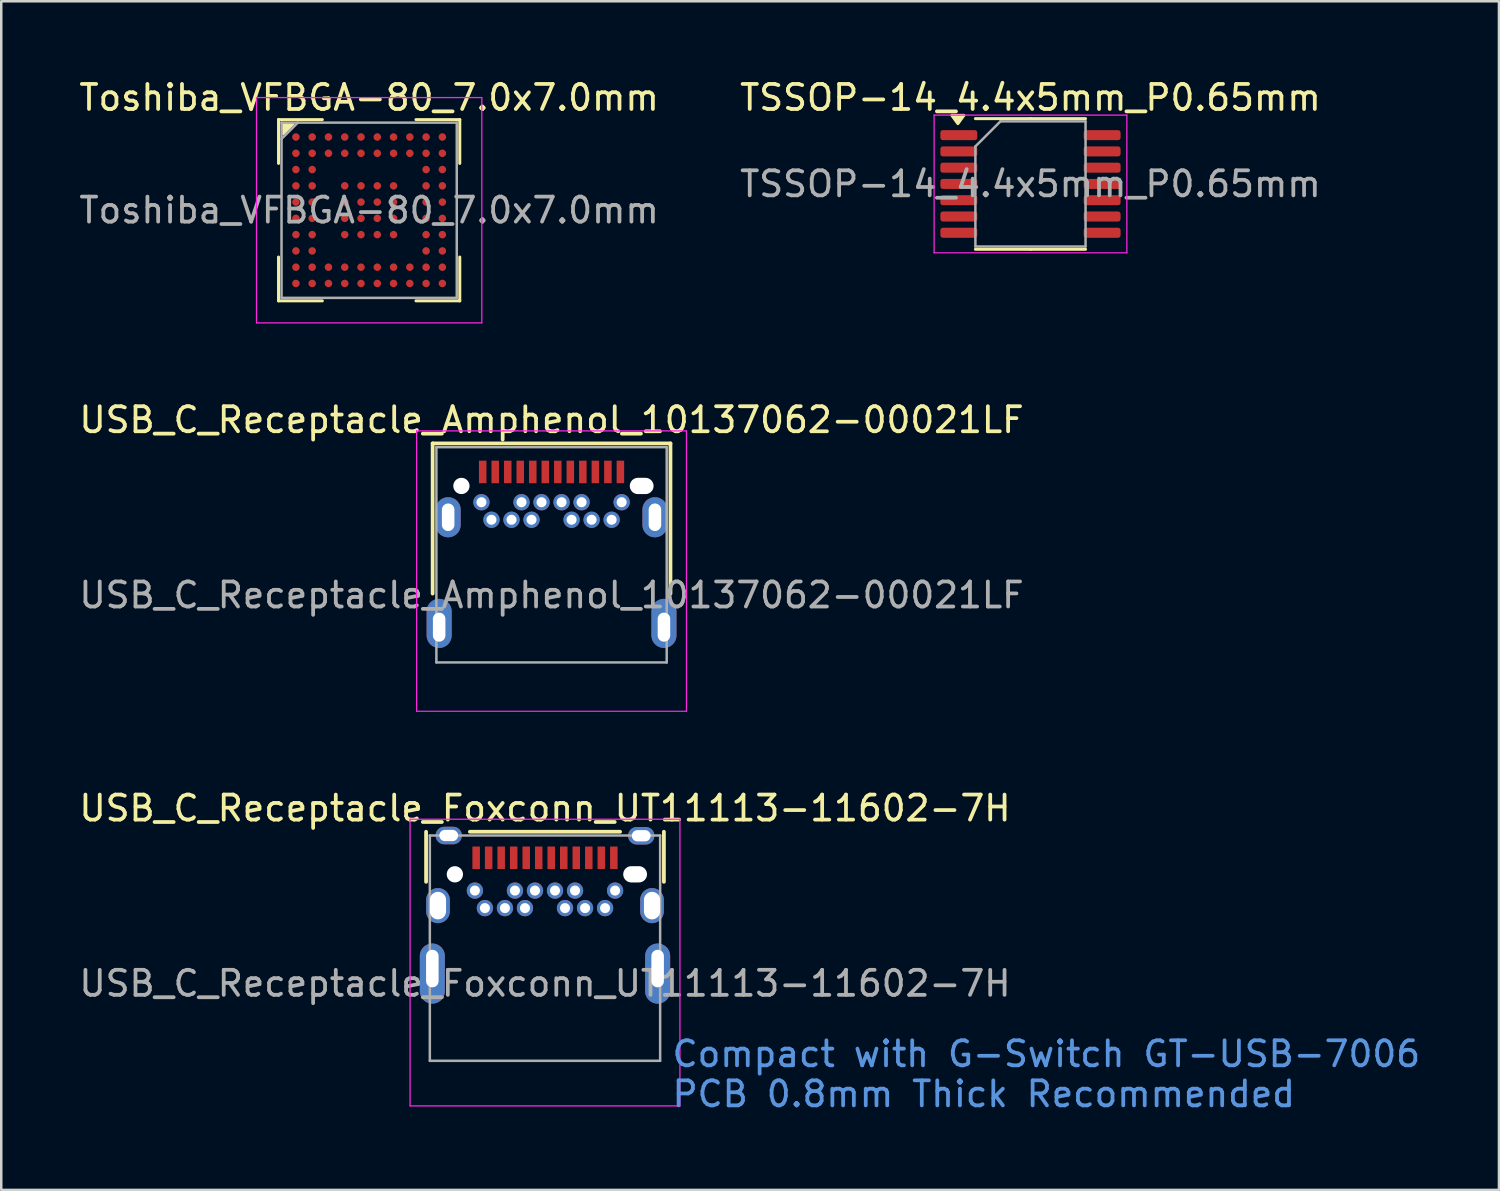
<source format=kicad_pcb>
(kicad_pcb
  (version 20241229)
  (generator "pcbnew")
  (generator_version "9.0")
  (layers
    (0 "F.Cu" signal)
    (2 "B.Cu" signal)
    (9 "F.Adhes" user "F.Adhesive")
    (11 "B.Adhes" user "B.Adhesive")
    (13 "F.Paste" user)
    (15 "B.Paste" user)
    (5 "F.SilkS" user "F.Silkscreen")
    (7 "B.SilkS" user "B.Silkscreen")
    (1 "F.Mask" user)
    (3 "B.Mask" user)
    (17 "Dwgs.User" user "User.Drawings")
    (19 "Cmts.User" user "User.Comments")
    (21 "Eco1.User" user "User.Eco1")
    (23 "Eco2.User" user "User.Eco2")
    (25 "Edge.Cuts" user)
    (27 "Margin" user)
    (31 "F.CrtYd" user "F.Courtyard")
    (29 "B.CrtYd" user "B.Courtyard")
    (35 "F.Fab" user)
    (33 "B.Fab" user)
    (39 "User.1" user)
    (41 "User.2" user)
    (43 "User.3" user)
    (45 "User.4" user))
  (footprint "TSSOP-14_4.4x5mm_P0.65mm"
    (layer "F.Cu")
    (at 38.113 4.298)
    (property "Reference" "TSSOP-14_4.4x5mm_P0.65mm" (at 0 -3.45 0) (layer "F.SilkS") (effects (font (size 1 1) (thickness 0.15))))
    (attr smd)
    (fp_line (start 0 -2.61) (end -2.2 -2.61) (stroke (width 0.12) (type solid)) (layer "F.SilkS"))
    (fp_line (start 0 -2.61) (end 2.2 -2.61) (stroke (width 0.12) (type solid)) (layer "F.SilkS"))
    (fp_line (start 0 2.61) (end -2.2 2.61) (stroke (width 0.12) (type solid)) (layer "F.SilkS"))
    (fp_line (start 0 2.61) (end 2.2 2.61) (stroke (width 0.12) (type solid)) (layer "F.SilkS"))
    (fp_poly (pts (xy -2.9 -2.41) (xy -3.14 -2.74) (xy -2.66 -2.74) (xy -2.9 -2.41)) (stroke (width 0.12) (type solid)) (fill yes) (layer "F.SilkS"))
    (fp_line (start -3.85 -2.75) (end -3.85 2.75) (stroke (width 0.05) (type solid)) (layer "F.CrtYd"))
    (fp_line (start -3.85 2.75) (end 3.85 2.75) (stroke (width 0.05) (type solid)) (layer "F.CrtYd"))
    (fp_line (start 3.85 -2.75) (end -3.85 -2.75) (stroke (width 0.05) (type solid)) (layer "F.CrtYd"))
    (fp_line (start 3.85 2.75) (end 3.85 -2.75) (stroke (width 0.05) (type solid)) (layer "F.CrtYd"))
    (fp_line (start -2.2 -1.5) (end -1.2 -2.5) (stroke (width 0.1) (type solid)) (layer "F.Fab"))
    (fp_line (start -2.2 2.5) (end -2.2 -1.5) (stroke (width 0.1) (type solid)) (layer "F.Fab"))
    (fp_line (start -1.2 -2.5) (end 2.2 -2.5) (stroke (width 0.1) (type solid)) (layer "F.Fab"))
    (fp_line (start 2.2 -2.5) (end 2.2 2.5) (stroke (width 0.1) (type solid)) (layer "F.Fab"))
    (fp_line (start 2.2 2.5) (end -2.2 2.5) (stroke (width 0.1) (type solid)) (layer "F.Fab"))
    (fp_text user "${REFERENCE}" (at 0 0 0) (layer "F.Fab") (effects (font (size 1 1) (thickness 0.15))))
    (pad "1" smd roundrect (at -2.862 -1.95) (size 1.475 0.4) (layers "F.Cu" "F.Mask" "F.Paste") (roundrect_rratio 0.25))
    (pad "2" smd roundrect (at -2.862 -1.3) (size 1.475 0.4) (layers "F.Cu" "F.Mask" "F.Paste") (roundrect_rratio 0.25))
    (pad "3" smd roundrect (at -2.862 -0.65) (size 1.475 0.4) (layers "F.Cu" "F.Mask" "F.Paste") (roundrect_rratio 0.25))
    (pad "4" smd roundrect (at -2.862 0) (size 1.475 0.4) (layers "F.Cu" "F.Mask" "F.Paste") (roundrect_rratio 0.25))
    (pad "5" smd roundrect (at -2.862 0.65) (size 1.475 0.4) (layers "F.Cu" "F.Mask" "F.Paste") (roundrect_rratio 0.25))
    (pad "6" smd roundrect (at -2.862 1.3) (size 1.475 0.4) (layers "F.Cu" "F.Mask" "F.Paste") (roundrect_rratio 0.25))
    (pad "7" smd roundrect (at -2.862 1.95) (size 1.475 0.4) (layers "F.Cu" "F.Mask" "F.Paste") (roundrect_rratio 0.25))
    (pad "8" smd roundrect (at 2.862 1.95) (size 1.475 0.4) (layers "F.Cu" "F.Mask" "F.Paste") (roundrect_rratio 0.25))
    (pad "9" smd roundrect (at 2.862 1.3) (size 1.475 0.4) (layers "F.Cu" "F.Mask" "F.Paste") (roundrect_rratio 0.25))
    (pad "10" smd roundrect (at 2.862 0.65) (size 1.475 0.4) (layers "F.Cu" "F.Mask" "F.Paste") (roundrect_rratio 0.25))
    (pad "11" smd roundrect (at 2.862 0) (size 1.475 0.4) (layers "F.Cu" "F.Mask" "F.Paste") (roundrect_rratio 0.25))
    (pad "12" smd roundrect (at 2.862 -0.65) (size 1.475 0.4) (layers "F.Cu" "F.Mask" "F.Paste") (roundrect_rratio 0.25))
    (pad "13" smd roundrect (at 2.862 -1.3) (size 1.475 0.4) (layers "F.Cu" "F.Mask" "F.Paste") (roundrect_rratio 0.25))
    (pad "14" smd roundrect (at 2.862 -1.95) (size 1.475 0.4) (layers "F.Cu" "F.Mask" "F.Paste") (roundrect_rratio 0.25)))
  (footprint "USB_C_Receptacle_Amphenol_10137062-00021LF"
    (layer "F.Cu")
    (at 18.982 20.722)
    (property "Reference" "USB_C_Receptacle_Amphenol_10137062-00021LF" (at 0 -7 0) (layer "F.SilkS") (effects (font (size 1 1) (thickness 0.15))))
    (attr smd)
    (fp_line (start -4.75 -6.06) (end -4.75 -0.06) (stroke (width 0.15) (type default)) (layer "F.SilkS"))
    (fp_line (start -4.75 -6.06) (end 4.75 -6.06) (stroke (width 0.15) (type default)) (layer "F.SilkS"))
    (fp_line (start 4.75 -6.06) (end 4.75 -0.06) (stroke (width 0.15) (type default)) (layer "F.SilkS"))
    (fp_line (start -5.39 -6.56) (end 5.39 -6.56) (stroke (width 0.05) (type solid)) (layer "F.CrtYd"))
    (fp_line (start -5.39 4.64) (end -5.39 -6.56) (stroke (width 0.05) (type solid)) (layer "F.CrtYd"))
    (fp_line (start 5.39 -6.56) (end 5.39 4.64) (stroke (width 0.05) (type solid)) (layer "F.CrtYd"))
    (fp_line (start 5.39 4.64) (end -5.39 4.64) (stroke (width 0.05) (type solid)) (layer "F.CrtYd"))
    (fp_line (start -4.6 -5.91) (end -4.6 2.69) (stroke (width 0.1) (type solid)) (layer "F.Fab"))
    (fp_line (start -4.6 -5.91) (end 4.6 -5.91) (stroke (width 0.1) (type solid)) (layer "F.Fab"))
    (fp_line (start -4.6 2.69) (end 4.6 2.69) (stroke (width 0.1) (type solid)) (layer "F.Fab"))
    (fp_line (start 4.6 2.69) (end 4.6 -5.91) (stroke (width 0.1) (type solid)) (layer "F.Fab"))
    (fp_text user "${REFERENCE}" (at 0 0 0) (layer "F.Fab") (effects (font (size 1 1) (thickness 0.15))))
    (pad "" np_thru_hole circle (at -3.6 -4.36) (size 0.65 0.65) (drill 0.65) (layers "*.Cu" "*.Mask"))
    (pad "" np_thru_hole oval (at 3.6 -4.36) (size 0.95 0.65) (drill oval 0.95 0.65) (layers "*.Cu" "*.Mask"))
    (pad "A1" smd rect (at -2.75 -4.92) (size 0.3 0.9) (layers "F.Cu" "F.Mask" "F.Paste"))
    (pad "A2" smd rect (at -2.25 -4.92) (size 0.3 0.9) (layers "F.Cu" "F.Mask" "F.Paste"))
    (pad "A3" smd rect (at -1.75 -4.92) (size 0.3 0.9) (layers "F.Cu" "F.Mask" "F.Paste"))
    (pad "A4" smd rect (at -1.25 -4.92) (size 0.3 0.9) (layers "F.Cu" "F.Mask" "F.Paste"))
    (pad "A5" smd rect (at -0.75 -4.92) (size 0.3 0.9) (layers "F.Cu" "F.Mask" "F.Paste"))
    (pad "A6" smd rect (at -0.25 -4.92) (size 0.3 0.9) (layers "F.Cu" "F.Mask" "F.Paste"))
    (pad "A7" smd rect (at 0.25 -4.92) (size 0.3 0.9) (layers "F.Cu" "F.Mask" "F.Paste"))
    (pad "A8" smd rect (at 0.75 -4.92) (size 0.3 0.9) (layers "F.Cu" "F.Mask" "F.Paste"))
    (pad "A9" smd rect (at 1.25 -4.92) (size 0.3 0.9) (layers "F.Cu" "F.Mask" "F.Paste"))
    (pad "A10" smd rect (at 1.75 -4.92) (size 0.3 0.9) (layers "F.Cu" "F.Mask" "F.Paste"))
    (pad "A11" smd rect (at 2.25 -4.92) (size 0.3 0.9) (layers "F.Cu" "F.Mask" "F.Paste"))
    (pad "A12" smd rect (at 2.75 -4.92) (size 0.3 0.9) (layers "F.Cu" "F.Mask" "F.Paste"))
    (pad "B1" thru_hole circle (at 2.8 -3.71) (size 0.65 0.65) (drill 0.4) (property pad_prop_heatsink) (layers "*.Cu" "*.Mask"))
    (pad "B2" thru_hole circle (at 2.4 -3.01) (size 0.65 0.65) (drill 0.4) (property pad_prop_heatsink) (layers "*.Cu" "*.Mask"))
    (pad "B3" thru_hole circle (at 1.6 -3.01) (size 0.65 0.65) (drill 0.4) (property pad_prop_heatsink) (layers "*.Cu" "*.Mask"))
    (pad "B4" thru_hole circle (at 1.2 -3.71) (size 0.65 0.65) (drill 0.4) (property pad_prop_heatsink) (layers "*.Cu" "*.Mask"))
    (pad "B5" thru_hole circle (at 0.8 -3.01) (size 0.65 0.65) (drill 0.4) (property pad_prop_heatsink) (layers "*.Cu" "*.Mask"))
    (pad "B6" thru_hole circle (at 0.4 -3.71) (size 0.65 0.65) (drill 0.4) (property pad_prop_heatsink) (layers "*.Cu" "*.Mask"))
    (pad "B7" thru_hole circle (at -0.4 -3.71) (size 0.65 0.65) (drill 0.4) (property pad_prop_heatsink) (layers "*.Cu" "*.Mask"))
    (pad "B8" thru_hole circle (at -0.8 -3.01) (size 0.65 0.65) (drill 0.4) (property pad_prop_heatsink) (layers "*.Cu" "*.Mask"))
    (pad "B9" thru_hole circle (at -1.2 -3.71) (size 0.65 0.65) (drill 0.4) (property pad_prop_heatsink) (layers "*.Cu" "*.Mask"))
    (pad "B10" thru_hole circle (at -1.6 -3.01) (size 0.65 0.65) (drill 0.4) (property pad_prop_heatsink) (layers "*.Cu" "*.Mask"))
    (pad "B11" thru_hole circle (at -2.4 -3.01) (size 0.65 0.65) (drill 0.4) (property pad_prop_heatsink) (layers "*.Cu" "*.Mask"))
    (pad "B12" thru_hole circle (at -2.8 -3.71) (size 0.65 0.65) (drill 0.4) (property pad_prop_heatsink) (layers "*.Cu" "*.Mask"))
    (pad "S1" thru_hole oval (at -4.49 1.28) (size 1 1.96) (drill oval 0.5 1.16 (offset 0 -0.15)) (property pad_prop_heatsink) (layers "*.Cu" "*.Mask"))
    (pad "S1" thru_hole oval (at -4.13 -3.11) (size 1 1.6) (drill oval 0.5 1.1) (property pad_prop_heatsink) (layers "*.Cu" "*.Mask"))
    (pad "S1" thru_hole oval (at 4.13 -3.11) (size 1 1.6) (drill oval 0.5 1.1) (property pad_prop_heatsink) (layers "*.Cu" "*.Mask"))
    (pad "S1" thru_hole oval (at 4.49 1.28) (size 1 1.96) (drill oval 0.5 1.16 (offset 0 -0.15)) (property pad_prop_heatsink) (layers "*.Cu" "*.Mask")))
  (footprint "Toshiba_VFBGA-80_7.0x7.0mm"
    (layer "F.Cu")
    (at 11.696 5.348)
    (property "Reference" "Toshiba_VFBGA-80_7.0x7.0mm" (at 0 -4.5 0) (layer "F.SilkS") (effects (font (size 1 1) (thickness 0.15))))
    (attr smd)
    (fp_line (start -3.62 -3.62) (end -3.62 -1.87) (stroke (width 0.12) (type default)) (layer "F.SilkS"))
    (fp_line (start -3.62 3.62) (end -3.62 1.87) (stroke (width 0.12) (type default)) (layer "F.SilkS"))
    (fp_line (start -1.87 -3.62) (end -3.62 -3.62) (stroke (width 0.12) (type default)) (layer "F.SilkS"))
    (fp_line (start -1.87 3.62) (end -3.62 3.62) (stroke (width 0.12) (type default)) (layer "F.SilkS"))
    (fp_line (start 1.87 -3.62) (end 3.62 -3.62) (stroke (width 0.12) (type default)) (layer "F.SilkS"))
    (fp_line (start 1.87 3.62) (end 3.62 3.62) (stroke (width 0.12) (type default)) (layer "F.SilkS"))
    (fp_line (start 3.62 -3.62) (end 3.62 -1.87) (stroke (width 0.12) (type default)) (layer "F.SilkS"))
    (fp_line (start 3.62 3.62) (end 3.62 1.87) (stroke (width 0.12) (type default)) (layer "F.SilkS"))
    (fp_poly (pts (xy -3.429 -3.429) (xy -3.048 -3.429) (xy -3.429 -3.048)) (stroke (width 0.1) (type solid)) (fill yes) (layer "F.SilkS"))
    (fp_line (start -4.5 -4.5) (end 4.5 -4.5) (stroke (width 0.05) (type default)) (layer "F.CrtYd"))
    (fp_line (start -4.5 4.5) (end -4.5 -4.5) (stroke (width 0.05) (type default)) (layer "F.CrtYd"))
    (fp_line (start 4.5 -4.5) (end 4.5 4.5) (stroke (width 0.05) (type default)) (layer "F.CrtYd"))
    (fp_line (start 4.5 4.5) (end -4.5 4.5) (stroke (width 0.05) (type default)) (layer "F.CrtYd"))
    (fp_line (start -3.5 -3.5) (end -3.5 3.5) (stroke (width 0.1) (type default)) (layer "F.Fab"))
    (fp_line (start -3.5 3.5) (end 3.5 3.5) (stroke (width 0.1) (type default)) (layer "F.Fab"))
    (fp_line (start -2.85 -3.5) (end -3.5 -2.85) (stroke (width 0.1) (type default)) (layer "F.Fab"))
    (fp_line (start 3.5 -3.5) (end -3.5 -3.5) (stroke (width 0.1) (type default)) (layer "F.Fab"))
    (fp_line (start 3.5 3.5) (end 3.5 -3.5) (stroke (width 0.1) (type default)) (layer "F.Fab"))
    (fp_text user "${REFERENCE}" (at 0 0 0) (layer "F.Fab") (effects (font (size 1 1) (thickness 0.15))))
    (pad "A1" smd circle (at -2.925 -2.925) (size 0.3 0.3) (layers "F.Cu" "F.Mask" "F.Paste"))
    (pad "A2" smd circle (at -2.275 -2.925) (size 0.3 0.3) (layers "F.Cu" "F.Mask" "F.Paste"))
    (pad "A3" smd circle (at -1.625 -2.925) (size 0.3 0.3) (layers "F.Cu" "F.Mask" "F.Paste"))
    (pad "A4" smd circle (at -0.975 -2.925) (size 0.3 0.3) (layers "F.Cu" "F.Mask" "F.Paste"))
    (pad "A5" smd circle (at -0.325 -2.925) (size 0.3 0.3) (layers "F.Cu" "F.Mask" "F.Paste"))
    (pad "A6" smd circle (at 0.325 -2.925) (size 0.3 0.3) (layers "F.Cu" "F.Mask" "F.Paste"))
    (pad "A7" smd circle (at 0.975 -2.925) (size 0.3 0.3) (layers "F.Cu" "F.Mask" "F.Paste"))
    (pad "A8" smd circle (at 1.625 -2.925) (size 0.3 0.3) (layers "F.Cu" "F.Mask" "F.Paste"))
    (pad "A9" smd circle (at 2.275 -2.925) (size 0.3 0.3) (layers "F.Cu" "F.Mask" "F.Paste"))
    (pad "A10" smd circle (at 2.925 -2.925) (size 0.3 0.3) (layers "F.Cu" "F.Mask" "F.Paste"))
    (pad "B1" smd circle (at -2.925 -2.275) (size 0.3 0.3) (layers "F.Cu" "F.Mask" "F.Paste"))
    (pad "B2" smd circle (at -2.275 -2.275) (size 0.3 0.3) (layers "F.Cu" "F.Mask" "F.Paste"))
    (pad "B3" smd circle (at -1.625 -2.275) (size 0.3 0.3) (layers "F.Cu" "F.Mask" "F.Paste"))
    (pad "B4" smd circle (at -0.975 -2.275) (size 0.3 0.3) (layers "F.Cu" "F.Mask" "F.Paste"))
    (pad "B5" smd circle (at -0.325 -2.275) (size 0.3 0.3) (layers "F.Cu" "F.Mask" "F.Paste"))
    (pad "B6" smd circle (at 0.325 -2.275) (size 0.3 0.3) (layers "F.Cu" "F.Mask" "F.Paste"))
    (pad "B7" smd circle (at 0.975 -2.275) (size 0.3 0.3) (layers "F.Cu" "F.Mask" "F.Paste"))
    (pad "B8" smd circle (at 1.625 -2.275) (size 0.3 0.3) (layers "F.Cu" "F.Mask" "F.Paste"))
    (pad "B9" smd circle (at 2.275 -2.275) (size 0.3 0.3) (layers "F.Cu" "F.Mask" "F.Paste"))
    (pad "B10" smd circle (at 2.925 -2.275) (size 0.3 0.3) (layers "F.Cu" "F.Mask" "F.Paste"))
    (pad "C1" smd circle (at -2.925 -1.625) (size 0.3 0.3) (layers "F.Cu" "F.Mask" "F.Paste"))
    (pad "C2" smd circle (at -2.275 -1.625) (size 0.3 0.3) (layers "F.Cu" "F.Mask" "F.Paste"))
    (pad "C9" smd circle (at 2.275 -1.625) (size 0.3 0.3) (layers "F.Cu" "F.Mask" "F.Paste"))
    (pad "C10" smd circle (at 2.925 -1.625) (size 0.3 0.3) (layers "F.Cu" "F.Mask" "F.Paste"))
    (pad "D1" smd circle (at -2.925 -0.975) (size 0.3 0.3) (layers "F.Cu" "F.Mask" "F.Paste"))
    (pad "D2" smd circle (at -2.275 -0.975) (size 0.3 0.3) (layers "F.Cu" "F.Mask" "F.Paste"))
    (pad "D4" smd circle (at -0.975 -0.975) (size 0.3 0.3) (layers "F.Cu" "F.Mask" "F.Paste"))
    (pad "D5" smd circle (at -0.325 -0.975) (size 0.3 0.3) (layers "F.Cu" "F.Mask" "F.Paste"))
    (pad "D6" smd circle (at 0.325 -0.975) (size 0.3 0.3) (layers "F.Cu" "F.Mask" "F.Paste"))
    (pad "D7" smd circle (at 0.975 -0.975) (size 0.3 0.3) (layers "F.Cu" "F.Mask" "F.Paste"))
    (pad "D9" smd circle (at 2.275 -0.975) (size 0.3 0.3) (layers "F.Cu" "F.Mask" "F.Paste"))
    (pad "D10" smd circle (at 2.925 -0.975) (size 0.3 0.3) (layers "F.Cu" "F.Mask" "F.Paste"))
    (pad "E1" smd circle (at -2.925 -0.325) (size 0.3 0.3) (layers "F.Cu" "F.Mask" "F.Paste"))
    (pad "E2" smd circle (at -2.275 -0.325) (size 0.3 0.3) (layers "F.Cu" "F.Mask" "F.Paste"))
    (pad "E4" smd circle (at -0.975 -0.325) (size 0.3 0.3) (layers "F.Cu" "F.Mask" "F.Paste"))
    (pad "E5" smd circle (at -0.325 -0.325) (size 0.3 0.3) (layers "F.Cu" "F.Mask" "F.Paste"))
    (pad "E6" smd circle (at 0.325 -0.325) (size 0.3 0.3) (layers "F.Cu" "F.Mask" "F.Paste"))
    (pad "E7" smd circle (at 0.975 -0.325) (size 0.3 0.3) (layers "F.Cu" "F.Mask" "F.Paste"))
    (pad "E9" smd circle (at 2.275 -0.325) (size 0.3 0.3) (layers "F.Cu" "F.Mask" "F.Paste"))
    (pad "E10" smd circle (at 2.925 -0.325) (size 0.3 0.3) (layers "F.Cu" "F.Mask" "F.Paste"))
    (pad "F1" smd circle (at -2.925 0.325) (size 0.3 0.3) (layers "F.Cu" "F.Mask" "F.Paste"))
    (pad "F2" smd circle (at -2.275 0.325) (size 0.3 0.3) (layers "F.Cu" "F.Mask" "F.Paste"))
    (pad "F4" smd circle (at -0.975 0.325) (size 0.3 0.3) (layers "F.Cu" "F.Mask" "F.Paste"))
    (pad "F5" smd circle (at -0.325 0.325) (size 0.3 0.3) (layers "F.Cu" "F.Mask" "F.Paste"))
    (pad "F6" smd circle (at 0.325 0.325) (size 0.3 0.3) (layers "F.Cu" "F.Mask" "F.Paste"))
    (pad "F7" smd circle (at 0.975 0.325) (size 0.3 0.3) (layers "F.Cu" "F.Mask" "F.Paste"))
    (pad "F9" smd circle (at 2.275 0.325) (size 0.3 0.3) (layers "F.Cu" "F.Mask" "F.Paste"))
    (pad "F10" smd circle (at 2.925 0.325) (size 0.3 0.3) (layers "F.Cu" "F.Mask" "F.Paste"))
    (pad "G1" smd circle (at -2.925 0.975) (size 0.3 0.3) (layers "F.Cu" "F.Mask" "F.Paste"))
    (pad "G2" smd circle (at -2.275 0.975) (size 0.3 0.3) (layers "F.Cu" "F.Mask" "F.Paste"))
    (pad "G4" smd circle (at -0.975 0.975) (size 0.3 0.3) (layers "F.Cu" "F.Mask" "F.Paste"))
    (pad "G5" smd circle (at -0.325 0.975) (size 0.3 0.3) (layers "F.Cu" "F.Mask" "F.Paste"))
    (pad "G6" smd circle (at 0.325 0.975) (size 0.3 0.3) (layers "F.Cu" "F.Mask" "F.Paste"))
    (pad "G7" smd circle (at 0.975 0.975) (size 0.3 0.3) (layers "F.Cu" "F.Mask" "F.Paste"))
    (pad "G9" smd circle (at 2.275 0.975) (size 0.3 0.3) (layers "F.Cu" "F.Mask" "F.Paste"))
    (pad "G10" smd circle (at 2.925 0.975) (size 0.3 0.3) (layers "F.Cu" "F.Mask" "F.Paste"))
    (pad "H1" smd circle (at -2.925 1.625) (size 0.3 0.3) (layers "F.Cu" "F.Mask" "F.Paste"))
    (pad "H2" smd circle (at -2.275 1.625) (size 0.3 0.3) (layers "F.Cu" "F.Mask" "F.Paste"))
    (pad "H9" smd circle (at 2.275 1.625) (size 0.3 0.3) (layers "F.Cu" "F.Mask" "F.Paste"))
    (pad "H10" smd circle (at 2.925 1.625) (size 0.3 0.3) (layers "F.Cu" "F.Mask" "F.Paste"))
    (pad "J1" smd circle (at -2.925 2.275) (size 0.3 0.3) (layers "F.Cu" "F.Mask" "F.Paste"))
    (pad "J2" smd circle (at -2.275 2.275) (size 0.3 0.3) (layers "F.Cu" "F.Mask" "F.Paste"))
    (pad "J3" smd circle (at -1.625 2.275) (size 0.3 0.3) (layers "F.Cu" "F.Mask" "F.Paste"))
    (pad "J4" smd circle (at -0.975 2.275) (size 0.3 0.3) (layers "F.Cu" "F.Mask" "F.Paste"))
    (pad "J5" smd circle (at -0.325 2.275) (size 0.3 0.3) (layers "F.Cu" "F.Mask" "F.Paste"))
    (pad "J6" smd circle (at 0.325 2.275) (size 0.3 0.3) (layers "F.Cu" "F.Mask" "F.Paste"))
    (pad "J7" smd circle (at 0.975 2.275) (size 0.3 0.3) (layers "F.Cu" "F.Mask" "F.Paste"))
    (pad "J8" smd circle (at 1.625 2.275) (size 0.3 0.3) (layers "F.Cu" "F.Mask" "F.Paste"))
    (pad "J9" smd circle (at 2.275 2.275) (size 0.3 0.3) (layers "F.Cu" "F.Mask" "F.Paste"))
    (pad "J10" smd circle (at 2.925 2.275) (size 0.3 0.3) (layers "F.Cu" "F.Mask" "F.Paste"))
    (pad "K1" smd circle (at -2.925 2.925) (size 0.3 0.3) (layers "F.Cu" "F.Mask" "F.Paste"))
    (pad "K2" smd circle (at -2.275 2.925) (size 0.3 0.3) (layers "F.Cu" "F.Mask" "F.Paste"))
    (pad "K3" smd circle (at -1.625 2.925) (size 0.3 0.3) (layers "F.Cu" "F.Mask" "F.Paste"))
    (pad "K4" smd circle (at -0.975 2.925) (size 0.3 0.3) (layers "F.Cu" "F.Mask" "F.Paste"))
    (pad "K5" smd circle (at -0.325 2.925) (size 0.3 0.3) (layers "F.Cu" "F.Mask" "F.Paste"))
    (pad "K6" smd circle (at 0.325 2.925) (size 0.3 0.3) (layers "F.Cu" "F.Mask" "F.Paste"))
    (pad "K7" smd circle (at 0.975 2.925) (size 0.3 0.3) (layers "F.Cu" "F.Mask" "F.Paste"))
    (pad "K8" smd circle (at 1.625 2.925) (size 0.3 0.3) (layers "F.Cu" "F.Mask" "F.Paste"))
    (pad "K9" smd circle (at 2.275 2.925) (size 0.3 0.3) (layers "F.Cu" "F.Mask" "F.Paste"))
    (pad "K10" smd circle (at 2.925 2.925) (size 0.3 0.3) (layers "F.Cu" "F.Mask" "F.Paste")))
  (footprint "USB_C_Receptacle_Foxconn_UT11113-11602-7H"
    (layer "F.Cu")
    (at 18.72 36.235)
    (property "Reference" "USB_C_Receptacle_Foxconn_UT11113-11602-7H" (at 0 -7 0) (layer "F.SilkS") (effects (font (size 1 1) (thickness 0.15))))
    (attr smd)
    (fp_line (start -4.75 -6.06) (end -4.75 -4.06) (stroke (width 0.15) (type default)) (layer "F.SilkS"))
    (fp_line (start -3 -6.06) (end 3 -6.06) (stroke (width 0.15) (type default)) (layer "F.SilkS"))
    (fp_line (start 4.75 -6.06) (end 4.75 -4.06) (stroke (width 0.15) (type default)) (layer "F.SilkS"))
    (fp_line (start -5.39 -6.56) (end 5.39 -6.56) (stroke (width 0.05) (type solid)) (layer "F.CrtYd"))
    (fp_line (start -5.39 4.89) (end -5.39 -6.56) (stroke (width 0.05) (type solid)) (layer "F.CrtYd"))
    (fp_line (start 5.39 -6.56) (end 5.39 4.89) (stroke (width 0.05) (type solid)) (layer "F.CrtYd"))
    (fp_line (start 5.39 4.89) (end -5.39 4.89) (stroke (width 0.05) (type solid)) (layer "F.CrtYd"))
    (fp_line (start -4.6 -5.91) (end -4.6 3.09) (stroke (width 0.1) (type solid)) (layer "F.Fab"))
    (fp_line (start -4.6 -5.91) (end 4.6 -5.91) (stroke (width 0.1) (type solid)) (layer "F.Fab"))
    (fp_line (start -4.6 3.09) (end 4.6 3.09) (stroke (width 0.1) (type solid)) (layer "F.Fab"))
    (fp_line (start 4.6 3.09) (end 4.6 -5.91) (stroke (width 0.1) (type solid)) (layer "F.Fab"))
    (fp_text user "PCB 0.8mm Thick Recommended" (at 5 5 0) (unlocked yes) (layer "Cmts.User") (effects (font (size 1 1) (thickness 0.15)) (justify left bottom)))
    (fp_text user "Compact with G-Switch GT-USB-7006" (at 5 3.4 0) (unlocked yes) (layer "Cmts.User") (effects (font (size 1 1) (thickness 0.15)) (justify left bottom)))
    (fp_text user "${REFERENCE}" (at 0 0 0) (layer "F.Fab") (effects (font (size 1 1) (thickness 0.15))))
    (pad "" np_thru_hole circle (at -3.6 -4.36) (size 0.65 0.65) (drill 0.65) (layers "*.Cu" "*.Mask"))
    (pad "" np_thru_hole oval (at 3.6 -4.36) (size 0.95 0.65) (drill oval 0.95 0.65) (layers "*.Cu" "*.Mask"))
    (pad "A1" smd rect (at -2.75 -5.02) (size 0.3 0.9) (layers "F.Cu" "F.Mask" "F.Paste"))
    (pad "A2" smd rect (at -2.25 -5.02) (size 0.3 0.9) (layers "F.Cu" "F.Mask" "F.Paste"))
    (pad "A3" smd rect (at -1.75 -5.02) (size 0.3 0.9) (layers "F.Cu" "F.Mask" "F.Paste"))
    (pad "A4" smd rect (at -1.25 -5.02) (size 0.3 0.9) (layers "F.Cu" "F.Mask" "F.Paste"))
    (pad "A5" smd rect (at -0.75 -5.02) (size 0.3 0.9) (layers "F.Cu" "F.Mask" "F.Paste"))
    (pad "A6" smd rect (at -0.25 -5.02) (size 0.3 0.9) (layers "F.Cu" "F.Mask" "F.Paste"))
    (pad "A7" smd rect (at 0.25 -5.02) (size 0.3 0.9) (layers "F.Cu" "F.Mask" "F.Paste"))
    (pad "A8" smd rect (at 0.75 -5.02) (size 0.3 0.9) (layers "F.Cu" "F.Mask" "F.Paste"))
    (pad "A9" smd rect (at 1.25 -5.02) (size 0.3 0.9) (layers "F.Cu" "F.Mask" "F.Paste"))
    (pad "A10" smd rect (at 1.75 -5.02) (size 0.3 0.9) (layers "F.Cu" "F.Mask" "F.Paste"))
    (pad "A11" smd rect (at 2.25 -5.02) (size 0.3 0.9) (layers "F.Cu" "F.Mask" "F.Paste"))
    (pad "A12" smd rect (at 2.75 -5.02) (size 0.3 0.9) (layers "F.Cu" "F.Mask" "F.Paste"))
    (pad "B1" thru_hole circle (at 2.8 -3.71) (size 0.65 0.65) (drill 0.4) (property pad_prop_heatsink) (layers "*.Cu" "*.Mask"))
    (pad "B2" thru_hole circle (at 2.4 -3.01) (size 0.65 0.65) (drill 0.4) (property pad_prop_heatsink) (layers "*.Cu" "*.Mask"))
    (pad "B3" thru_hole circle (at 1.6 -3.01) (size 0.65 0.65) (drill 0.4) (property pad_prop_heatsink) (layers "*.Cu" "*.Mask"))
    (pad "B4" thru_hole circle (at 1.2 -3.71) (size 0.65 0.65) (drill 0.4) (property pad_prop_heatsink) (layers "*.Cu" "*.Mask"))
    (pad "B5" thru_hole circle (at 0.8 -3.01) (size 0.65 0.65) (drill 0.4) (property pad_prop_heatsink) (layers "*.Cu" "*.Mask"))
    (pad "B6" thru_hole circle (at 0.4 -3.71) (size 0.65 0.65) (drill 0.4) (property pad_prop_heatsink) (layers "*.Cu" "*.Mask"))
    (pad "B7" thru_hole circle (at -0.4 -3.71) (size 0.65 0.65) (drill 0.4) (property pad_prop_heatsink) (layers "*.Cu" "*.Mask"))
    (pad "B8" thru_hole circle (at -0.8 -3.01) (size 0.65 0.65) (drill 0.4) (property pad_prop_heatsink) (layers "*.Cu" "*.Mask"))
    (pad "B9" thru_hole circle (at -1.2 -3.71) (size 0.65 0.65) (drill 0.4) (property pad_prop_heatsink) (layers "*.Cu" "*.Mask"))
    (pad "B10" thru_hole circle (at -1.6 -3.01) (size 0.65 0.65) (drill 0.4) (property pad_prop_heatsink) (layers "*.Cu" "*.Mask"))
    (pad "B11" thru_hole circle (at -2.4 -3.01) (size 0.65 0.65) (drill 0.4) (property pad_prop_heatsink) (layers "*.Cu" "*.Mask"))
    (pad "B12" thru_hole circle (at -2.8 -3.71) (size 0.65 0.65) (drill 0.4) (property pad_prop_heatsink) (layers "*.Cu" "*.Mask"))
    (pad "S1" thru_hole oval (at -4.5 -0.595) (size 1 2.4) (drill oval 0.5 1.5 (offset 0 0.2)) (property pad_prop_heatsink) (layers "*.Cu" "*.Mask"))
    (pad "S1" thru_hole oval (at -4.275 -3.11) (size 0.945 1.4) (drill oval 0.645 1.1) (property pad_prop_heatsink) (layers "*.Cu" "*.Mask"))
    (pad "S1" thru_hole oval (at -3.845 -5.91 90) (size 0.7 1.05) (drill oval 0.45 0.75) (property pad_prop_heatsink) (layers "*.Cu" "*.Mask"))
    (pad "S1" thru_hole oval (at 3.845 -5.9 90) (size 0.7 1.05) (drill oval 0.45 0.75) (property pad_prop_heatsink) (layers "*.Cu" "*.Mask"))
    (pad "S1" thru_hole oval (at 4.275 -3.11) (size 0.945 1.4) (drill oval 0.645 1.1) (property pad_prop_heatsink) (layers "*.Cu" "*.Mask"))
    (pad "S1" thru_hole oval (at 4.5 -0.595) (size 1 2.4) (drill oval 0.5 1.5 (offset 0 0.2)) (property pad_prop_heatsink) (layers "*.Cu" "*.Mask")))
  (gr_rect
    (start -3 -3)
    (end 56.827 44.481)
    (stroke (width 0.1) (type default))
    (fill no)
    (layer "Edge.Cuts")))
</source>
